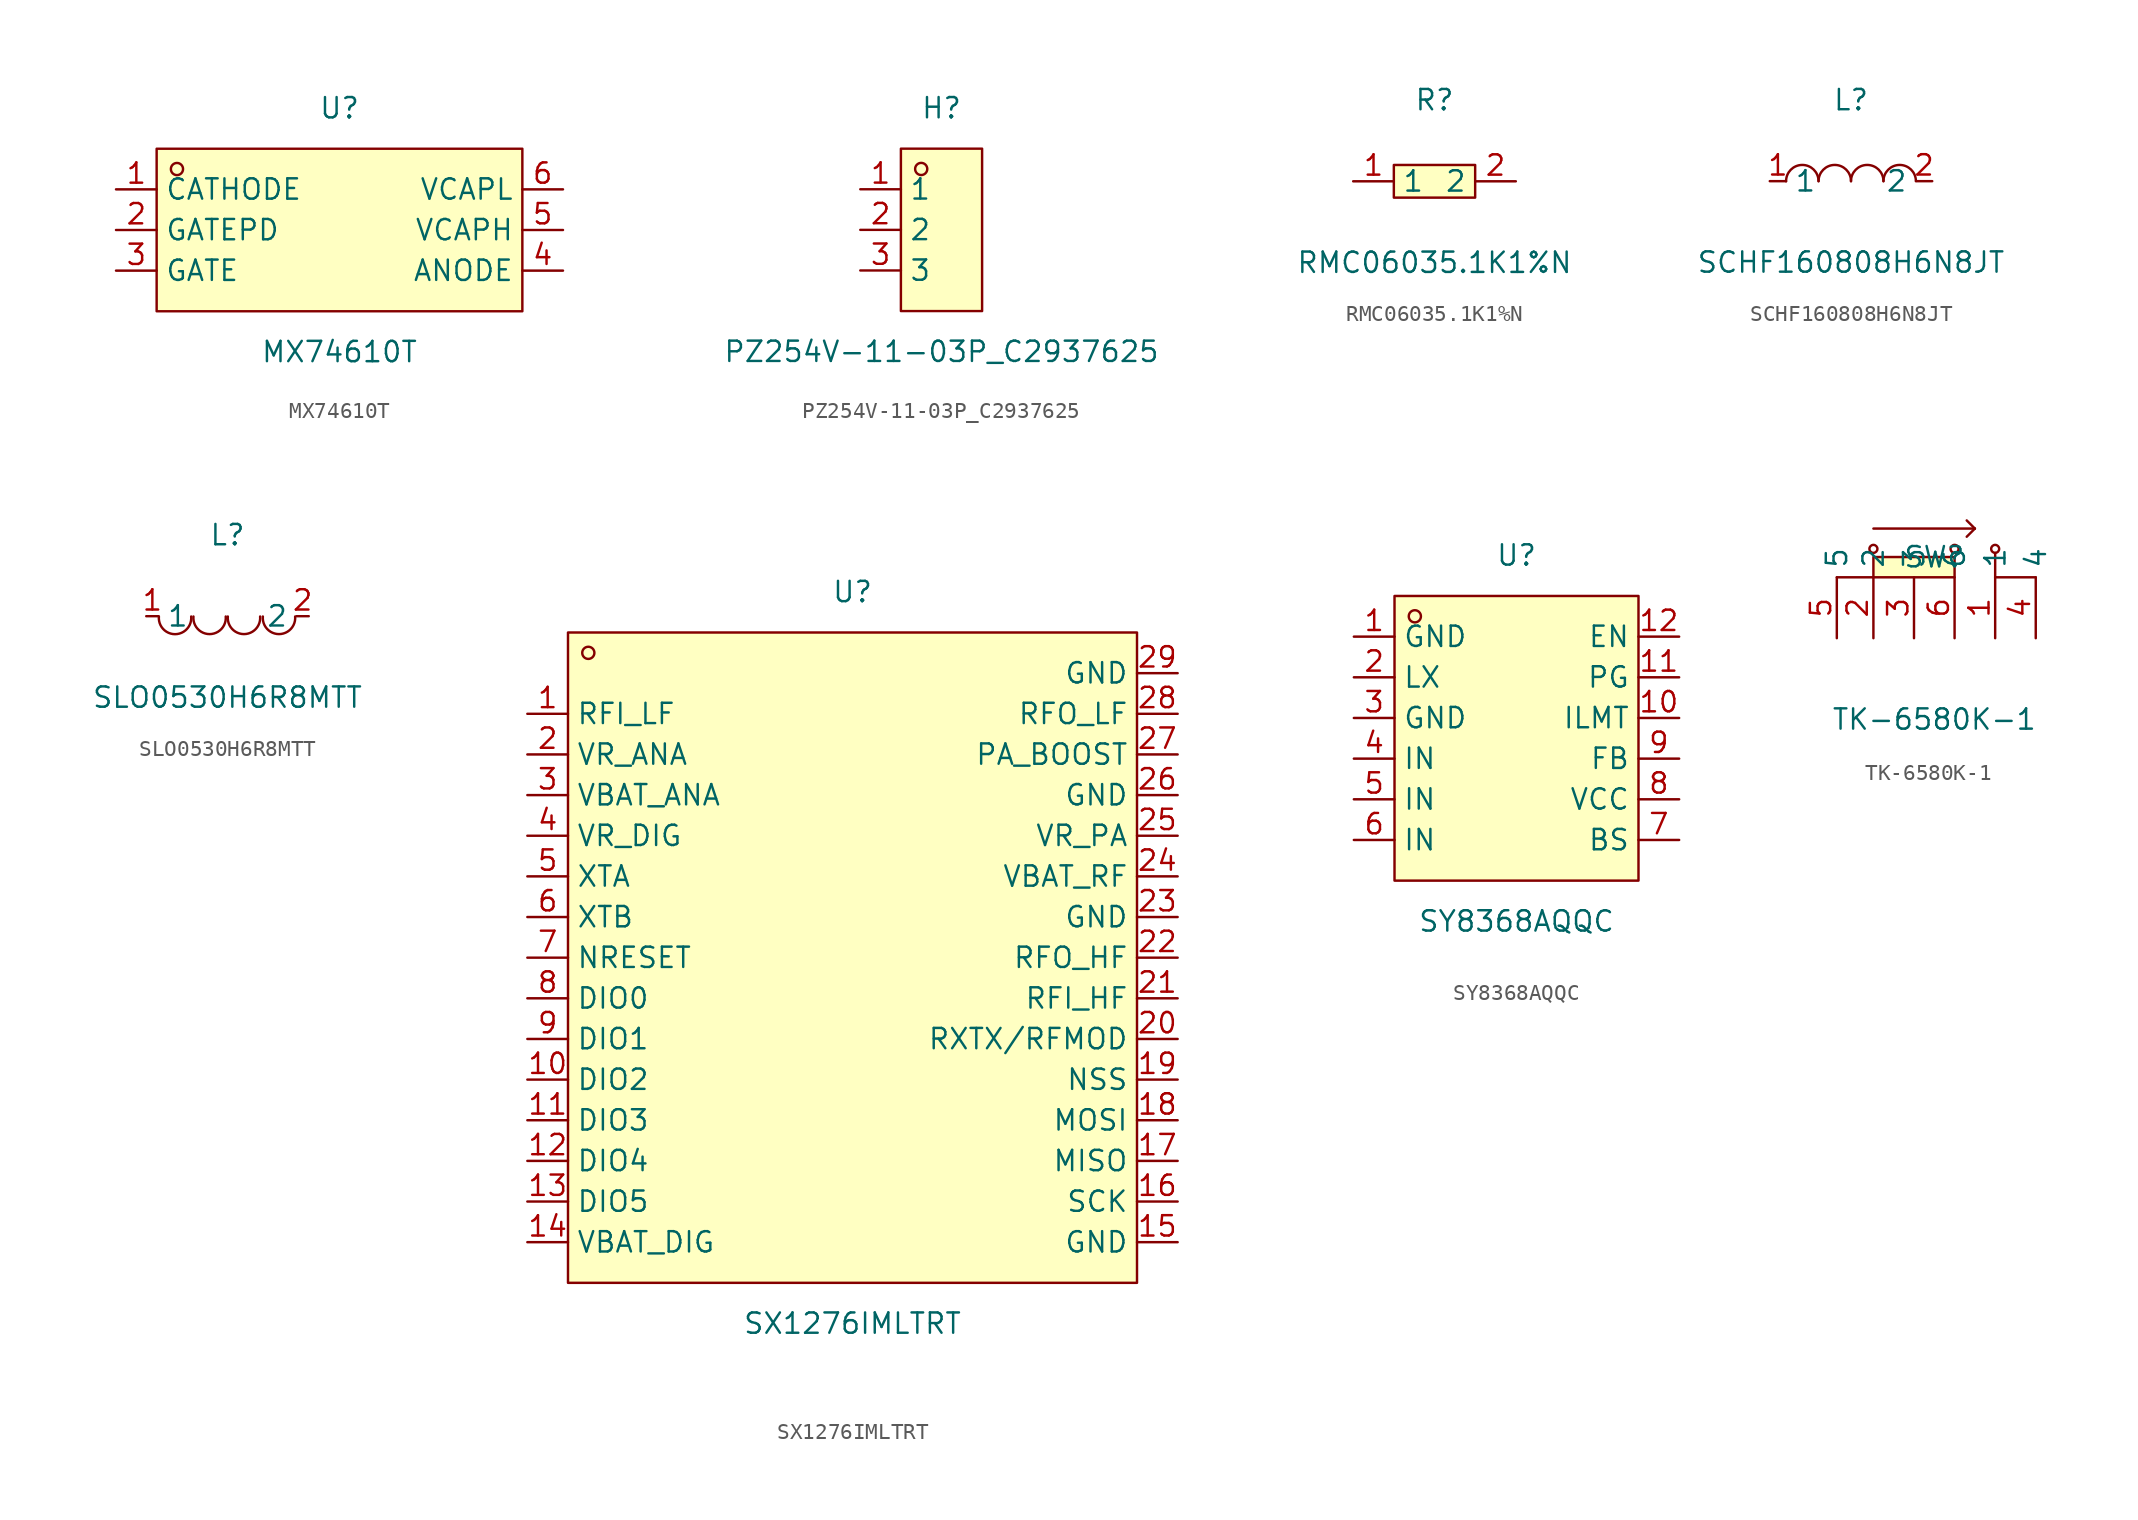
<source format=kicad_sym>
(kicad_symbol_lib
  (version 20241209)
  (generator "kicad_symbol_editor")
  (generator_version "9.0")
  (symbol "MX74610T"
    (property "Reference" "U"
      (at 0 7.62 0)
      (effects (font (size 1.27 1.27))))
    (property "Value" "MX74610T"
      (at 0 -7.62 0)
      (effects (font (size 1.27 1.27))))
    (symbol "MX74610T_0_1"
      (rectangle (start -11.43 5.08) (end 11.43 -5.08) (stroke (width 0) (type default)) (fill (type background)))
      (circle (center -10.16 3.81) (radius 0.38) (stroke (width 0) (type default)) (fill (type none)))
      (pin unspecified line (at -13.97 2.54 0) (length 2.54) (name "CATHODE" (effects (font (size 1.27 1.27)))) (number "1" (effects (font (size 1.27 1.27)))))
      (pin unspecified line (at -13.97 0 0) (length 2.54) (name "GATEPD" (effects (font (size 1.27 1.27)))) (number "2" (effects (font (size 1.27 1.27)))))
      (pin unspecified line (at -13.97 -2.54 0) (length 2.54) (name "GATE" (effects (font (size 1.27 1.27)))) (number "3" (effects (font (size 1.27 1.27)))))
      (pin unspecified line (at 13.97 2.54 180) (length 2.54) (name "VCAPL" (effects (font (size 1.27 1.27)))) (number "6" (effects (font (size 1.27 1.27)))))
      (pin unspecified line (at 13.97 0 180) (length 2.54) (name "VCAPH" (effects (font (size 1.27 1.27)))) (number "5" (effects (font (size 1.27 1.27)))))
      (pin unspecified line (at 13.97 -2.54 180) (length 2.54) (name "ANODE" (effects (font (size 1.27 1.27)))) (number "4" (effects (font (size 1.27 1.27)))))))
  (symbol "PZ254V-11-03P_C2937625"
    (property "Reference" "H"
      (at 0 7.62 0)
      (effects (font (size 1.27 1.27))))
    (property "Value" "PZ254V-11-03P_C2937625"
      (at 0 -7.62 0)
      (effects (font (size 1.27 1.27))))
    (symbol "PZ254V-11-03P_C2937625_0_1"
      (rectangle (start -2.54 5.08) (end 2.54 -5.08) (stroke (width 0) (type default)) (fill (type background)))
      (circle (center -1.27 3.81) (radius 0.38) (stroke (width 0) (type default)) (fill (type none)))
      (pin unspecified line (at -5.08 2.54 0) (length 2.54) (name "1" (effects (font (size 1.27 1.27)))) (number "1" (effects (font (size 1.27 1.27)))))
      (pin unspecified line (at -5.08 0 0) (length 2.54) (name "2" (effects (font (size 1.27 1.27)))) (number "2" (effects (font (size 1.27 1.27)))))
      (pin unspecified line (at -5.08 -2.54 0) (length 2.54) (name "3" (effects (font (size 1.27 1.27)))) (number "3" (effects (font (size 1.27 1.27)))))))
  (symbol "RMC06035.1K1%N"
    (property "Reference" "R"
      (at 0 5.08 0)
      (effects (font (size 1.27 1.27))))
    (property "Value" "RMC06035.1K1%N"
      (at 0 -5.08 0)
      (effects (font (size 1.27 1.27))))
    (symbol "RMC06035.1K1%N_0_1"
      (rectangle (start -2.54 1.02) (end 2.54 -1.02) (stroke (width 0) (type default)) (fill (type background)))
      (pin unspecified line (at -5.08 0 0) (length 2.54) (name "1" (effects (font (size 1.27 1.27)))) (number "1" (effects (font (size 1.27 1.27)))))
      (pin unspecified line (at 5.08 0 180) (length 2.54) (name "2" (effects (font (size 1.27 1.27)))) (number "2" (effects (font (size 1.27 1.27)))))))
  (symbol "SCHF160808H6N8JT"
    (property "Reference" "L"
      (at 0 5.08 0)
      (effects (font (size 1.27 1.27))))
    (property "Value" "SCHF160808H6N8JT"
      (at 0 -5.08 0)
      (effects (font (size 1.27 1.27))))
    (symbol "SCHF160808H6N8JT_0_1"
      (arc (start -4.06 -0.01) (mid -2.83 0.99) (end -2.03 0.01) (stroke (width 0) (type default)) (fill (type none)))
      (arc (start -2.03 -0.01) (mid -0.8 0.99) (end 0 0.01) (stroke (width 0) (type default)) (fill (type none)))
      (arc (start 0 -0.01) (mid 1.23 0.99) (end 2.03 0.01) (stroke (width 0) (type default)) (fill (type none)))
      (arc (start 2.03 -0.01) (mid 3.26 0.99) (end 4.06 0.01) (stroke (width 0) (type default)) (fill (type none)))
      (pin unspecified line (at -5.08 0 0) (length 1.016) (name "1" (effects (font (size 1.27 1.27)))) (number "1" (effects (font (size 1.27 1.27)))))
      (pin unspecified line (at 5.08 0 180) (length 1.016) (name "2" (effects (font (size 1.27 1.27)))) (number "2" (effects (font (size 1.27 1.27)))))))
  (symbol "SLO0530H6R8MTT"
    (property "Reference" "L"
      (at 0 5.08 0)
      (effects (font (size 1.27 1.27))))
    (property "Value" "SLO0530H6R8MTT"
      (at 0 -5.08 0)
      (effects (font (size 1.27 1.27))))
    (symbol "SLO0530H6R8MTT_0_1"
      (arc (start -2.27 -0.02) (mid -3.28 -1.1255) (end -4.29 -0.02) (stroke (width 0) (type default)) (fill (type none)))
      (arc (start -0.11 -0.02) (mid -1.12 -1.1204) (end -2.13 -0.02) (stroke (width 0) (type default)) (fill (type none)))
      (arc (start 2.04 -0.02) (mid 1.03 -1.1204) (end 0.02 -0.02) (stroke (width 0) (type default)) (fill (type none)))
      (arc (start 4.23 -0.02) (mid 3.22 -1.1204) (end 2.21 -0.02) (stroke (width 0) (type default)) (fill (type none)))
      (pin unspecified line (at -5.08 0 0) (length 0.762) (name "1" (effects (font (size 1.27 1.27)))) (number "1" (effects (font (size 1.27 1.27)))))
      (pin unspecified line (at 5.08 0 180) (length 0.762) (name "2" (effects (font (size 1.27 1.27)))) (number "2" (effects (font (size 1.27 1.27)))))))
  (symbol "SX1276IMLTRT"
    (property "Reference" "U"
      (at 0 22.86 0)
      (effects (font (size 1.27 1.27))))
    (property "Value" "SX1276IMLTRT"
      (at 0 -22.86 0)
      (effects (font (size 1.27 1.27))))
    (symbol "SX1276IMLTRT_0_1"
      (rectangle (start -17.78 20.32) (end 17.78 -20.32) (stroke (width 0) (type default)) (fill (type background)))
      (circle (center -16.51 19.05) (radius 0.38) (stroke (width 0) (type default)) (fill (type none)))
      (pin unspecified line (at -20.32 15.24 0) (length 2.54) (name "RFI_LF" (effects (font (size 1.27 1.27)))) (number "1" (effects (font (size 1.27 1.27)))))
      (pin unspecified line (at -20.32 12.7 0) (length 2.54) (name "VR_ANA" (effects (font (size 1.27 1.27)))) (number "2" (effects (font (size 1.27 1.27)))))
      (pin unspecified line (at -20.32 10.16 0) (length 2.54) (name "VBAT_ANA" (effects (font (size 1.27 1.27)))) (number "3" (effects (font (size 1.27 1.27)))))
      (pin unspecified line (at -20.32 7.62 0) (length 2.54) (name "VR_DIG" (effects (font (size 1.27 1.27)))) (number "4" (effects (font (size 1.27 1.27)))))
      (pin unspecified line (at -20.32 5.08 0) (length 2.54) (name "XTA" (effects (font (size 1.27 1.27)))) (number "5" (effects (font (size 1.27 1.27)))))
      (pin unspecified line (at -20.32 2.54 0) (length 2.54) (name "XTB" (effects (font (size 1.27 1.27)))) (number "6" (effects (font (size 1.27 1.27)))))
      (pin unspecified line (at -20.32 0 0) (length 2.54) (name "NRESET" (effects (font (size 1.27 1.27)))) (number "7" (effects (font (size 1.27 1.27)))))
      (pin unspecified line (at -20.32 -2.54 0) (length 2.54) (name "DIO0" (effects (font (size 1.27 1.27)))) (number "8" (effects (font (size 1.27 1.27)))))
      (pin unspecified line (at -20.32 -5.08 0) (length 2.54) (name "DIO1" (effects (font (size 1.27 1.27)))) (number "9" (effects (font (size 1.27 1.27)))))
      (pin unspecified line (at -20.32 -7.62 0) (length 2.54) (name "DIO2" (effects (font (size 1.27 1.27)))) (number "10" (effects (font (size 1.27 1.27)))))
      (pin unspecified line (at -20.32 -10.16 0) (length 2.54) (name "DIO3" (effects (font (size 1.27 1.27)))) (number "11" (effects (font (size 1.27 1.27)))))
      (pin unspecified line (at -20.32 -12.7 0) (length 2.54) (name "DIO4" (effects (font (size 1.27 1.27)))) (number "12" (effects (font (size 1.27 1.27)))))
      (pin unspecified line (at -20.32 -15.24 0) (length 2.54) (name "DIO5" (effects (font (size 1.27 1.27)))) (number "13" (effects (font (size 1.27 1.27)))))
      (pin unspecified line (at -20.32 -17.78 0) (length 2.54) (name "VBAT_DIG" (effects (font (size 1.27 1.27)))) (number "14" (effects (font (size 1.27 1.27)))))
      (pin unspecified line (at 20.32 17.78 180) (length 2.54) (name "GND" (effects (font (size 1.27 1.27)))) (number "29" (effects (font (size 1.27 1.27)))))
      (pin unspecified line (at 20.32 15.24 180) (length 2.54) (name "RFO_LF" (effects (font (size 1.27 1.27)))) (number "28" (effects (font (size 1.27 1.27)))))
      (pin unspecified line (at 20.32 12.7 180) (length 2.54) (name "PA_BOOST" (effects (font (size 1.27 1.27)))) (number "27" (effects (font (size 1.27 1.27)))))
      (pin unspecified line (at 20.32 10.16 180) (length 2.54) (name "GND" (effects (font (size 1.27 1.27)))) (number "26" (effects (font (size 1.27 1.27)))))
      (pin unspecified line (at 20.32 7.62 180) (length 2.54) (name "VR_PA" (effects (font (size 1.27 1.27)))) (number "25" (effects (font (size 1.27 1.27)))))
      (pin unspecified line (at 20.32 5.08 180) (length 2.54) (name "VBAT_RF" (effects (font (size 1.27 1.27)))) (number "24" (effects (font (size 1.27 1.27)))))
      (pin unspecified line (at 20.32 2.54 180) (length 2.54) (name "GND" (effects (font (size 1.27 1.27)))) (number "23" (effects (font (size 1.27 1.27)))))
      (pin unspecified line (at 20.32 0 180) (length 2.54) (name "RFO_HF" (effects (font (size 1.27 1.27)))) (number "22" (effects (font (size 1.27 1.27)))))
      (pin unspecified line (at 20.32 -2.54 180) (length 2.54) (name "RFI_HF" (effects (font (size 1.27 1.27)))) (number "21" (effects (font (size 1.27 1.27)))))
      (pin unspecified line (at 20.32 -5.08 180) (length 2.54) (name "RXTX/RFMOD" (effects (font (size 1.27 1.27)))) (number "20" (effects (font (size 1.27 1.27)))))
      (pin unspecified line (at 20.32 -7.62 180) (length 2.54) (name "NSS" (effects (font (size 1.27 1.27)))) (number "19" (effects (font (size 1.27 1.27)))))
      (pin unspecified line (at 20.32 -10.16 180) (length 2.54) (name "MOSI" (effects (font (size 1.27 1.27)))) (number "18" (effects (font (size 1.27 1.27)))))
      (pin unspecified line (at 20.32 -12.7 180) (length 2.54) (name "MISO" (effects (font (size 1.27 1.27)))) (number "17" (effects (font (size 1.27 1.27)))))
      (pin unspecified line (at 20.32 -15.24 180) (length 2.54) (name "SCK" (effects (font (size 1.27 1.27)))) (number "16" (effects (font (size 1.27 1.27)))))
      (pin unspecified line (at 20.32 -17.78 180) (length 2.54) (name "GND" (effects (font (size 1.27 1.27)))) (number "15" (effects (font (size 1.27 1.27)))))))
  (symbol "SY8368AQQC"
    (property "Reference" "U"
      (at 0 11.43 0)
      (effects (font (size 1.27 1.27))))
    (property "Value" "SY8368AQQC"
      (at 0 -11.43 0)
      (effects (font (size 1.27 1.27))))
    (symbol "SY8368AQQC_0_1"
      (rectangle (start -7.62 8.89) (end 7.62 -8.89) (stroke (width 0) (type default) (color 0 0 0 0)) (fill (type background)))
      (circle (center -6.35 7.62) (radius 0.38) (stroke (width 0) (type default) (color 0 0 0 0)) (fill (type none)))
      (pin unspecified line (at -10.16 6.35 0) (length 2.54) (name "GND" (effects (font (size 1.27 1.27)))) (number "1" (effects (font (size 1.27 1.27)))))
      (pin unspecified line (at -10.16 3.81 0) (length 2.54) (name "LX" (effects (font (size 1.27 1.27)))) (number "2" (effects (font (size 1.27 1.27)))))
      (pin unspecified line (at -10.16 1.27 0) (length 2.54) (name "GND" (effects (font (size 1.27 1.27)))) (number "3" (effects (font (size 1.27 1.27)))))
      (pin unspecified line (at -10.16 -1.27 0) (length 2.54) (name "IN" (effects (font (size 1.27 1.27)))) (number "4" (effects (font (size 1.27 1.27)))))
      (pin unspecified line (at -10.16 -3.81 0) (length 2.54) (name "IN" (effects (font (size 1.27 1.27)))) (number "5" (effects (font (size 1.27 1.27)))))
      (pin unspecified line (at -10.16 -6.35 0) (length 2.54) (name "IN" (effects (font (size 1.27 1.27)))) (number "6" (effects (font (size 1.27 1.27)))))
      (pin unspecified line (at 10.16 -6.35 180) (length 2.54) (name "BS" (effects (font (size 1.27 1.27)))) (number "7" (effects (font (size 1.27 1.27)))))
      (pin unspecified line (at 10.16 -3.81 180) (length 2.54) (name "VCC" (effects (font (size 1.27 1.27)))) (number "8" (effects (font (size 1.27 1.27)))))
      (pin unspecified line (at 10.16 -1.27 180) (length 2.54) (name "FB" (effects (font (size 1.27 1.27)))) (number "9" (effects (font (size 1.27 1.27)))))
      (pin unspecified line (at 10.16 1.27 180) (length 2.54) (name "ILMT" (effects (font (size 1.27 1.27)))) (number "10" (effects (font (size 1.27 1.27)))))
      (pin unspecified line (at 10.16 3.81 180) (length 2.54) (name "PG" (effects (font (size 1.27 1.27)))) (number "11" (effects (font (size 1.27 1.27)))))
      (pin unspecified line (at 10.16 6.35 180) (length 2.54) (name "EN" (effects (font (size 1.27 1.27)))) (number "12" (effects (font (size 1.27 1.27)))))))
  (symbol "TK-6580K-1"
    (property "Reference" "SW"
      (at 0 2.03 0)
      (effects (font (size 1.27 1.27))))
    (property "Value" "TK-6580K-1"
      (at 0 -8.13 0)
      (effects (font (size 1.27 1.27))))
    (symbol "TK-6580K-1_0_1"
      (polyline (pts (xy -3.81 3.81) (xy 2.54 3.81)) (stroke (width 0) (type default)) (fill (type none)))
      (circle (center -3.81 2.54) (radius 0.25) (stroke (width 0) (type default)) (fill (type none)))
      (polyline (pts (xy -3.81 2.03) (xy 1.27 2.03) (xy 1.27 0.76) (xy -3.81 0.76) (xy -3.81 2.03)) (stroke (width 0) (type default)) (fill (type background)))
      (polyline (pts (xy -3.81 0.76) (xy -6.1 0.76)) (stroke (width 0) (type default)) (fill (type none)))
      (circle (center 1.27 2.54) (radius 0.25) (stroke (width 0) (type default)) (fill (type none)))
      (polyline (pts (xy 2.54 3.81) (xy 2.03 4.32)) (stroke (width 0) (type default)) (fill (type none)))
      (polyline (pts (xy 2.54 3.81) (xy 2.03 3.3)) (stroke (width 0) (type default)) (fill (type none)))
      (circle (center 3.81 2.54) (radius 0.25) (stroke (width 0) (type default)) (fill (type none)))
      (polyline (pts (xy 3.81 2.29) (xy 3.81 0.76) (xy 3.81 1.02)) (stroke (width 0) (type default)) (fill (type none)))
      (polyline (pts (xy 6.35 0.76) (xy 3.81 0.76)) (stroke (width 0) (type default)) (fill (type none)))
      (pin unspecified line (at -6.1 -3.05 90) (length 3.81) (name "5" (effects (font (size 1.27 1.27)))) (number "5" (effects (font (size 1.27 1.27)))))
      (pin unspecified line (at -3.81 -3.05 90) (length 3.81) (name "2" (effects (font (size 1.27 1.27)))) (number "2" (effects (font (size 1.27 1.27)))))
      (pin unspecified line (at -1.27 -3.05 90) (length 3.81) (name "3" (effects (font (size 1.27 1.27)))) (number "3" (effects (font (size 1.27 1.27)))))
      (pin unspecified line (at 1.27 -3.05 90) (length 3.81) (name "6" (effects (font (size 1.27 1.27)))) (number "6" (effects (font (size 1.27 1.27)))))
      (pin unspecified line (at 3.81 -3.05 90) (length 3.81) (name "1" (effects (font (size 1.27 1.27)))) (number "1" (effects (font (size 1.27 1.27)))))
      (pin unspecified line (at 6.35 -3.05 90) (length 3.81) (name "4" (effects (font (size 1.27 1.27)))) (number "4" (effects (font (size 1.27 1.27))))))))
</source>
